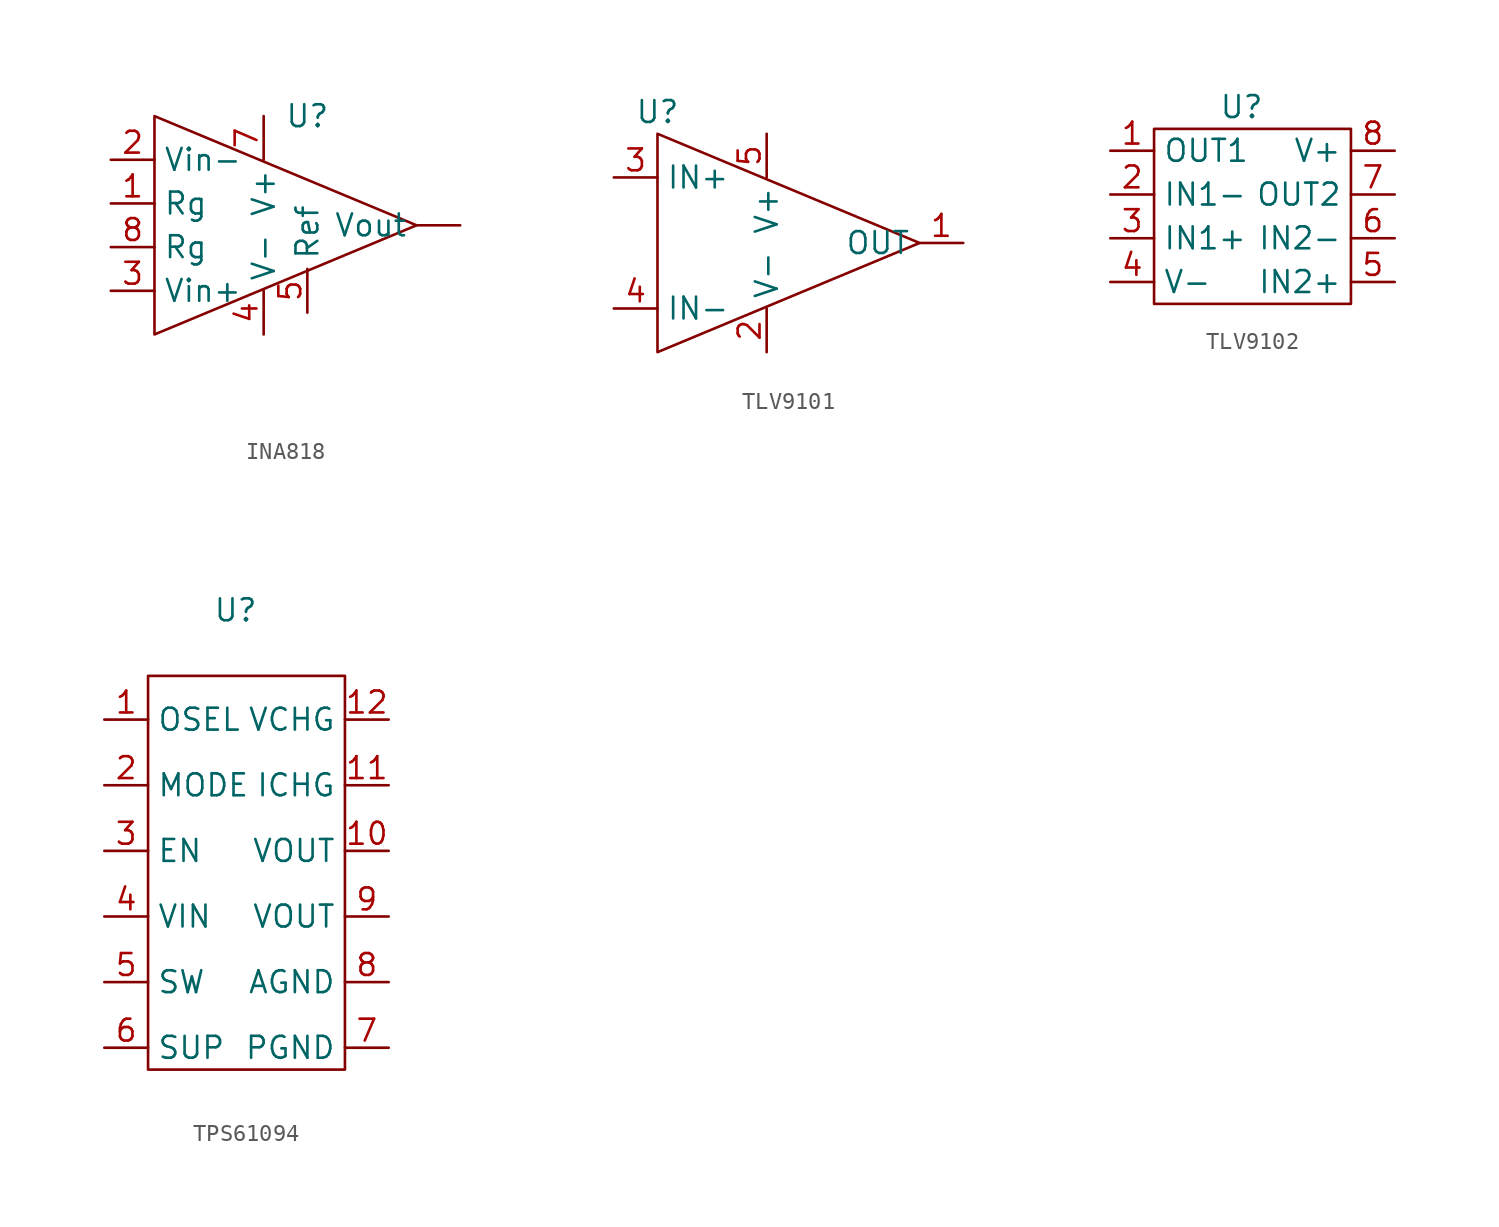
<source format=kicad_sym>
(kicad_symbol_lib
  (version 20220914)
  (generator kicad_symbol_editor)
  (symbol "INA818"
    (property "Reference" "U"
      (at 3.81 6.35 0)
      (effects (font (size 1.27 1.27))))
    (property "Value" ""
      (at -5.08 -10.16 0)
      (effects (font (size 1.27 1.27))))
    (symbol "INA818_0_1"
      (polyline (pts (xy -5.08 5.08) (xy -5.08 -6.35) (xy 10.16 0) (xy -5.08 6.35) (xy -5.08 5.08)) (stroke (width 0) (type default)) (fill (type none))))
    (symbol "INA818_1_0"
      (pin bidirectional line (at 12.7 0 180) (length 2.54) (name "Vout" (effects (font (size 1.27 1.27)))) (number "" (effects (font (size 1.27 1.27)))))
      (pin bidirectional line (at -7.62 1.27 0) (length 2.54) (name "Rg" (effects (font (size 1.27 1.27)))) (number "1" (effects (font (size 1.27 1.27)))))
      (pin input line (at -7.62 3.81 0) (length 2.54) (name "Vin-" (effects (font (size 1.27 1.27)))) (number "2" (effects (font (size 1.27 1.27)))))
      (pin input line (at -7.62 -3.81 0) (length 2.54) (name "Vin+" (effects (font (size 1.27 1.27)))) (number "3" (effects (font (size 1.27 1.27)))))
      (pin bidirectional line (at 1.27 -6.35 90) (length 2.54) (name "V-" (effects (font (size 1.27 1.27)))) (number "4" (effects (font (size 1.27 1.27)))))
      (pin bidirectional line (at 3.81 -5.08 90) (length 2.54) (name "Ref" (effects (font (size 1.27 1.27)))) (number "5" (effects (font (size 1.27 1.27)))))
      (pin bidirectional line (at 1.27 6.35 270) (length 2.54) (name "V+" (effects (font (size 1.27 1.27)))) (number "7" (effects (font (size 1.27 1.27)))))
      (pin bidirectional line (at -7.62 -1.27 0) (length 2.54) (name "Rg" (effects (font (size 1.27 1.27)))) (number "8" (effects (font (size 1.27 1.27)))))))
  (symbol "TLV9101"
    (property "Reference" "U"
      (at 0 8.89 0)
      (effects (font (size 1.27 1.27))))
    (property "Value" ""
      (at 0 2.54 0)
      (effects (font (size 1.27 1.27))))
    (symbol "TLV9101_0_1"
      (polyline (pts (xy 0 7.62) (xy 0 -5.08) (xy 15.24 1.27) (xy 0 7.62)) (stroke (width 0) (type default)) (fill (type none))))
    (symbol "TLV9101_1_0"
      (pin output line (at 17.78 1.27 180) (length 2.54) (name "OUT" (effects (font (size 1.27 1.27)))) (number "1" (effects (font (size 1.27 1.27)))))
      (pin input line (at 6.35 -5.08 90) (length 2.54) (name "V-" (effects (font (size 1.27 1.27)))) (number "2" (effects (font (size 1.27 1.27)))))
      (pin input line (at -2.54 5.08 0) (length 2.54) (name "IN+" (effects (font (size 1.27 1.27)))) (number "3" (effects (font (size 1.27 1.27)))))
      (pin input line (at -2.54 -2.54 0) (length 2.54) (name "IN-" (effects (font (size 1.27 1.27)))) (number "4" (effects (font (size 1.27 1.27)))))
      (pin input line (at 6.35 7.62 270) (length 2.54) (name "V+" (effects (font (size 1.27 1.27)))) (number "5" (effects (font (size 1.27 1.27)))))))
  (symbol "TLV9102"
    (property "Reference" "U"
      (at 0 2.54 0)
      (effects (font (size 1.27 1.27))))
    (property "Value" ""
      (at 0 2.54 0)
      (effects (font (size 1.27 1.27))))
    (symbol "TLV9102_0_1"
      (polyline (pts (xy -5.08 1.27) (xy 6.35 1.27) (xy 6.35 -8.89) (xy -5.08 -8.89) (xy -5.08 1.27)) (stroke (width 0) (type default)) (fill (type none))))
    (symbol "TLV9102_1_1"
      (pin output line (at -7.62 0 0) (length 2.54) (name "OUT1" (effects (font (size 1.27 1.27)))) (number "1" (effects (font (size 1.27 1.27)))))
      (pin input line (at -7.62 -2.54 0) (length 2.54) (name "IN1-" (effects (font (size 1.27 1.27)))) (number "2" (effects (font (size 1.27 1.27)))))
      (pin input line (at -7.62 -5.08 0) (length 2.54) (name "IN1+" (effects (font (size 1.27 1.27)))) (number "3" (effects (font (size 1.27 1.27)))))
      (pin input line (at -7.62 -7.62 0) (length 2.54) (name "V-" (effects (font (size 1.27 1.27)))) (number "4" (effects (font (size 1.27 1.27)))))
      (pin input line (at 8.89 -7.62 180) (length 2.54) (name "IN2+" (effects (font (size 1.27 1.27)))) (number "5" (effects (font (size 1.27 1.27)))))
      (pin input line (at 8.89 -5.08 180) (length 2.54) (name "IN2-" (effects (font (size 1.27 1.27)))) (number "6" (effects (font (size 1.27 1.27)))))
      (pin output line (at 8.89 -2.54 180) (length 2.54) (name "OUT2" (effects (font (size 1.27 1.27)))) (number "7" (effects (font (size 1.27 1.27)))))
      (pin input line (at 8.89 0 180) (length 2.54) (name "V+" (effects (font (size 1.27 1.27)))) (number "8" (effects (font (size 1.27 1.27)))))))
  (symbol "TPS61094"
    (property "Reference" "U"
      (at 0 3.81 0)
      (effects (font (size 1.27 1.27))))
    (property "Value" ""
      (at 0 3.81 0)
      (effects (font (size 1.27 1.27))))
    (symbol "TPS61094_0_1"
      (polyline (pts (xy -5.08 0) (xy -5.08 -22.86) (xy 6.35 -22.86) (xy 6.35 0) (xy -5.08 0)) (stroke (width 0) (type default)) (fill (type none))))
    (symbol "TPS61094_1_1"
      (pin input line (at -7.62 -2.54 0) (length 2.54) (name "OSEL" (effects (font (size 1.27 1.27)))) (number "1" (effects (font (size 1.27 1.27)))))
      (pin output line (at 8.89 -10.16 180) (length 2.54) (name "VOUT" (effects (font (size 1.27 1.27)))) (number "10" (effects (font (size 1.27 1.27)))))
      (pin input line (at 8.89 -6.35 180) (length 2.54) (name "ICHG" (effects (font (size 1.27 1.27)))) (number "11" (effects (font (size 1.27 1.27)))))
      (pin input line (at 8.89 -2.54 180) (length 2.54) (name "VCHG" (effects (font (size 1.27 1.27)))) (number "12" (effects (font (size 1.27 1.27)))))
      (pin input line (at -7.62 -6.35 0) (length 2.54) (name "MODE" (effects (font (size 1.27 1.27)))) (number "2" (effects (font (size 1.27 1.27)))))
      (pin input line (at -7.62 -10.16 0) (length 2.54) (name "EN" (effects (font (size 1.27 1.27)))) (number "3" (effects (font (size 1.27 1.27)))))
      (pin input line (at -7.62 -13.97 0) (length 2.54) (name "VIN" (effects (font (size 1.27 1.27)))) (number "4" (effects (font (size 1.27 1.27)))))
      (pin input line (at -7.62 -17.78 0) (length 2.54) (name "SW" (effects (font (size 1.27 1.27)))) (number "5" (effects (font (size 1.27 1.27)))))
      (pin input line (at -7.62 -21.59 0) (length 2.54) (name "SUP" (effects (font (size 1.27 1.27)))) (number "6" (effects (font (size 1.27 1.27)))))
      (pin output line (at 8.89 -21.59 180) (length 2.54) (name "PGND" (effects (font (size 1.27 1.27)))) (number "7" (effects (font (size 1.27 1.27)))))
      (pin output line (at 8.89 -17.78 180) (length 2.54) (name "AGND" (effects (font (size 1.27 1.27)))) (number "8" (effects (font (size 1.27 1.27)))))
      (pin output line (at 8.89 -13.97 180) (length 2.54) (name "VOUT" (effects (font (size 1.27 1.27)))) (number "9" (effects (font (size 1.27 1.27))))))))
</source>
